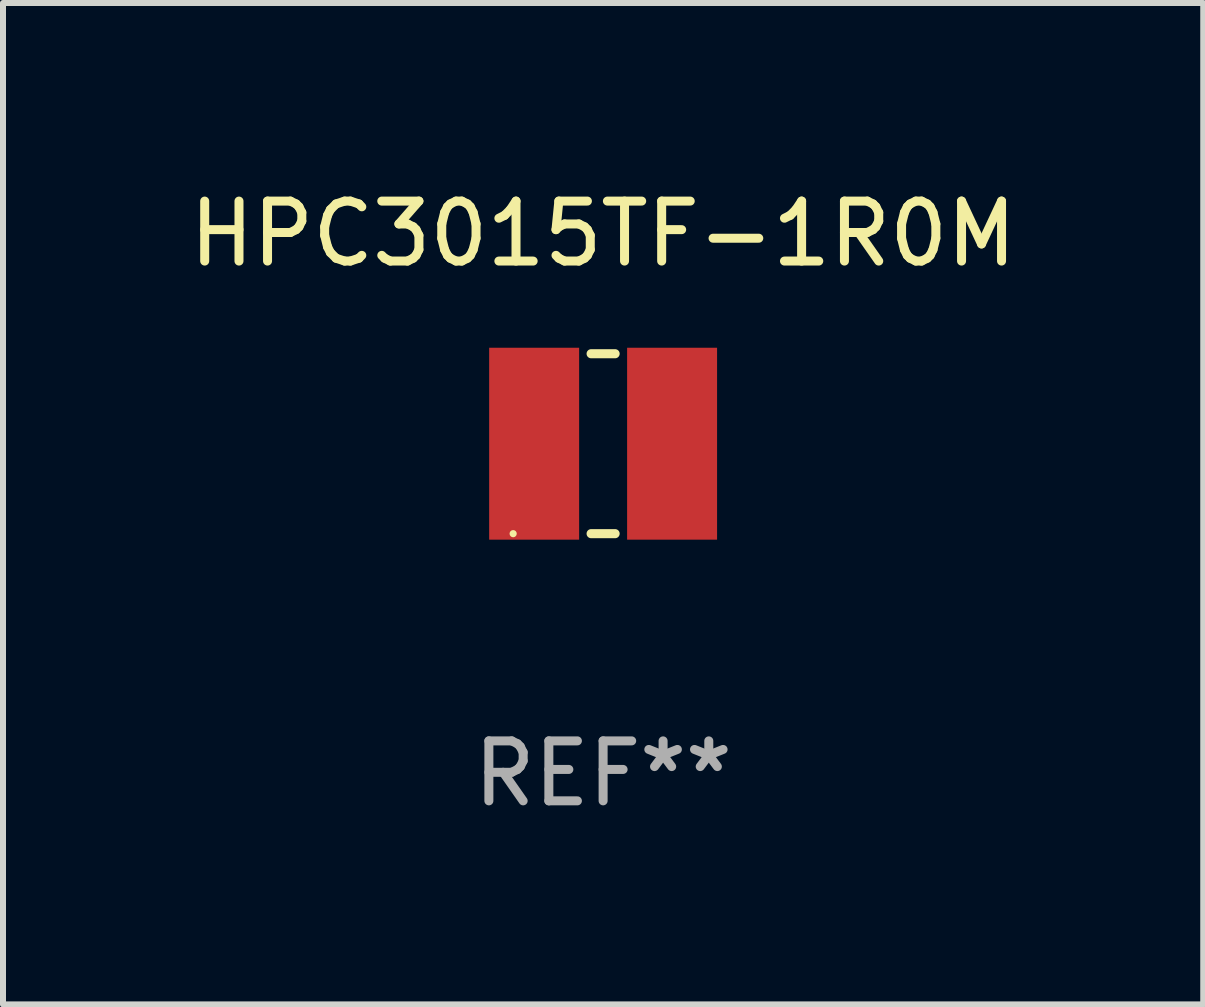
<source format=kicad_pcb>
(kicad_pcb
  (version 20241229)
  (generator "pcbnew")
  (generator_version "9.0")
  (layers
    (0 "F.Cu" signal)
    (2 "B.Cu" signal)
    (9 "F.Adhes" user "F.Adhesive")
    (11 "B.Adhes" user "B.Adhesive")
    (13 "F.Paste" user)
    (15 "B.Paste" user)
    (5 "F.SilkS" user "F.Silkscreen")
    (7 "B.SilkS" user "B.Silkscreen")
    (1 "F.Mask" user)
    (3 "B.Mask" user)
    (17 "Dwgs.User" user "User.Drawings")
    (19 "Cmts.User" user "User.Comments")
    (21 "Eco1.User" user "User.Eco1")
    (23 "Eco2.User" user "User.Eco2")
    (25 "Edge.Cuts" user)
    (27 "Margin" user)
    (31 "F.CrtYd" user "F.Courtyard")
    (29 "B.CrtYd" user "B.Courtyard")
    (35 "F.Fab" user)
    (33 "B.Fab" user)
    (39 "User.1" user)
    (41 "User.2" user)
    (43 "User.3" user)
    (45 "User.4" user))
  (footprint "HPC3015TF-1R0M"
    (layer "F.Cu")
    (at 7.006 4.348)
    (property "Reference" "HPC3015TF-1R0M" (at 0 -3.5 0) (layer "F.SilkS") (effects (font (size 1 1) (thickness 0.15))))
    (attr through_hole)
    (fp_line (start -0.2 -1.5) (end 0.2 -1.5) (stroke (width 0.152) (type solid)) (layer "F.SilkS"))
    (fp_line (start 0.2 1.5) (end -0.2 1.5) (stroke (width 0.152) (type solid)) (layer "F.SilkS"))
    (fp_circle (center -1.5 1.5) (end -1.47 1.5) (stroke (width 0.06) (type solid)) (fill no) (layer "F.SilkS"))
    (fp_text user "REF**" (at 0 5.5 0) (layer "F.Fab") (effects (font (size 1 1) (thickness 0.15))))
    (pad "1" smd rect (at -1.15 -0.000025) (size 1.5 3.2) (layers "F.Cu" "F.Mask" "F.Paste"))
    (pad "2" smd rect (at 1.15 -0.000025) (size 1.5 3.2) (layers "F.Cu" "F.Mask" "F.Paste")))
  (gr_rect
    (start -3 -3)
    (end 17.012 13.697)
    (stroke (width 0.1) (type default))
    (fill no)
    (layer "Edge.Cuts")))
</source>
